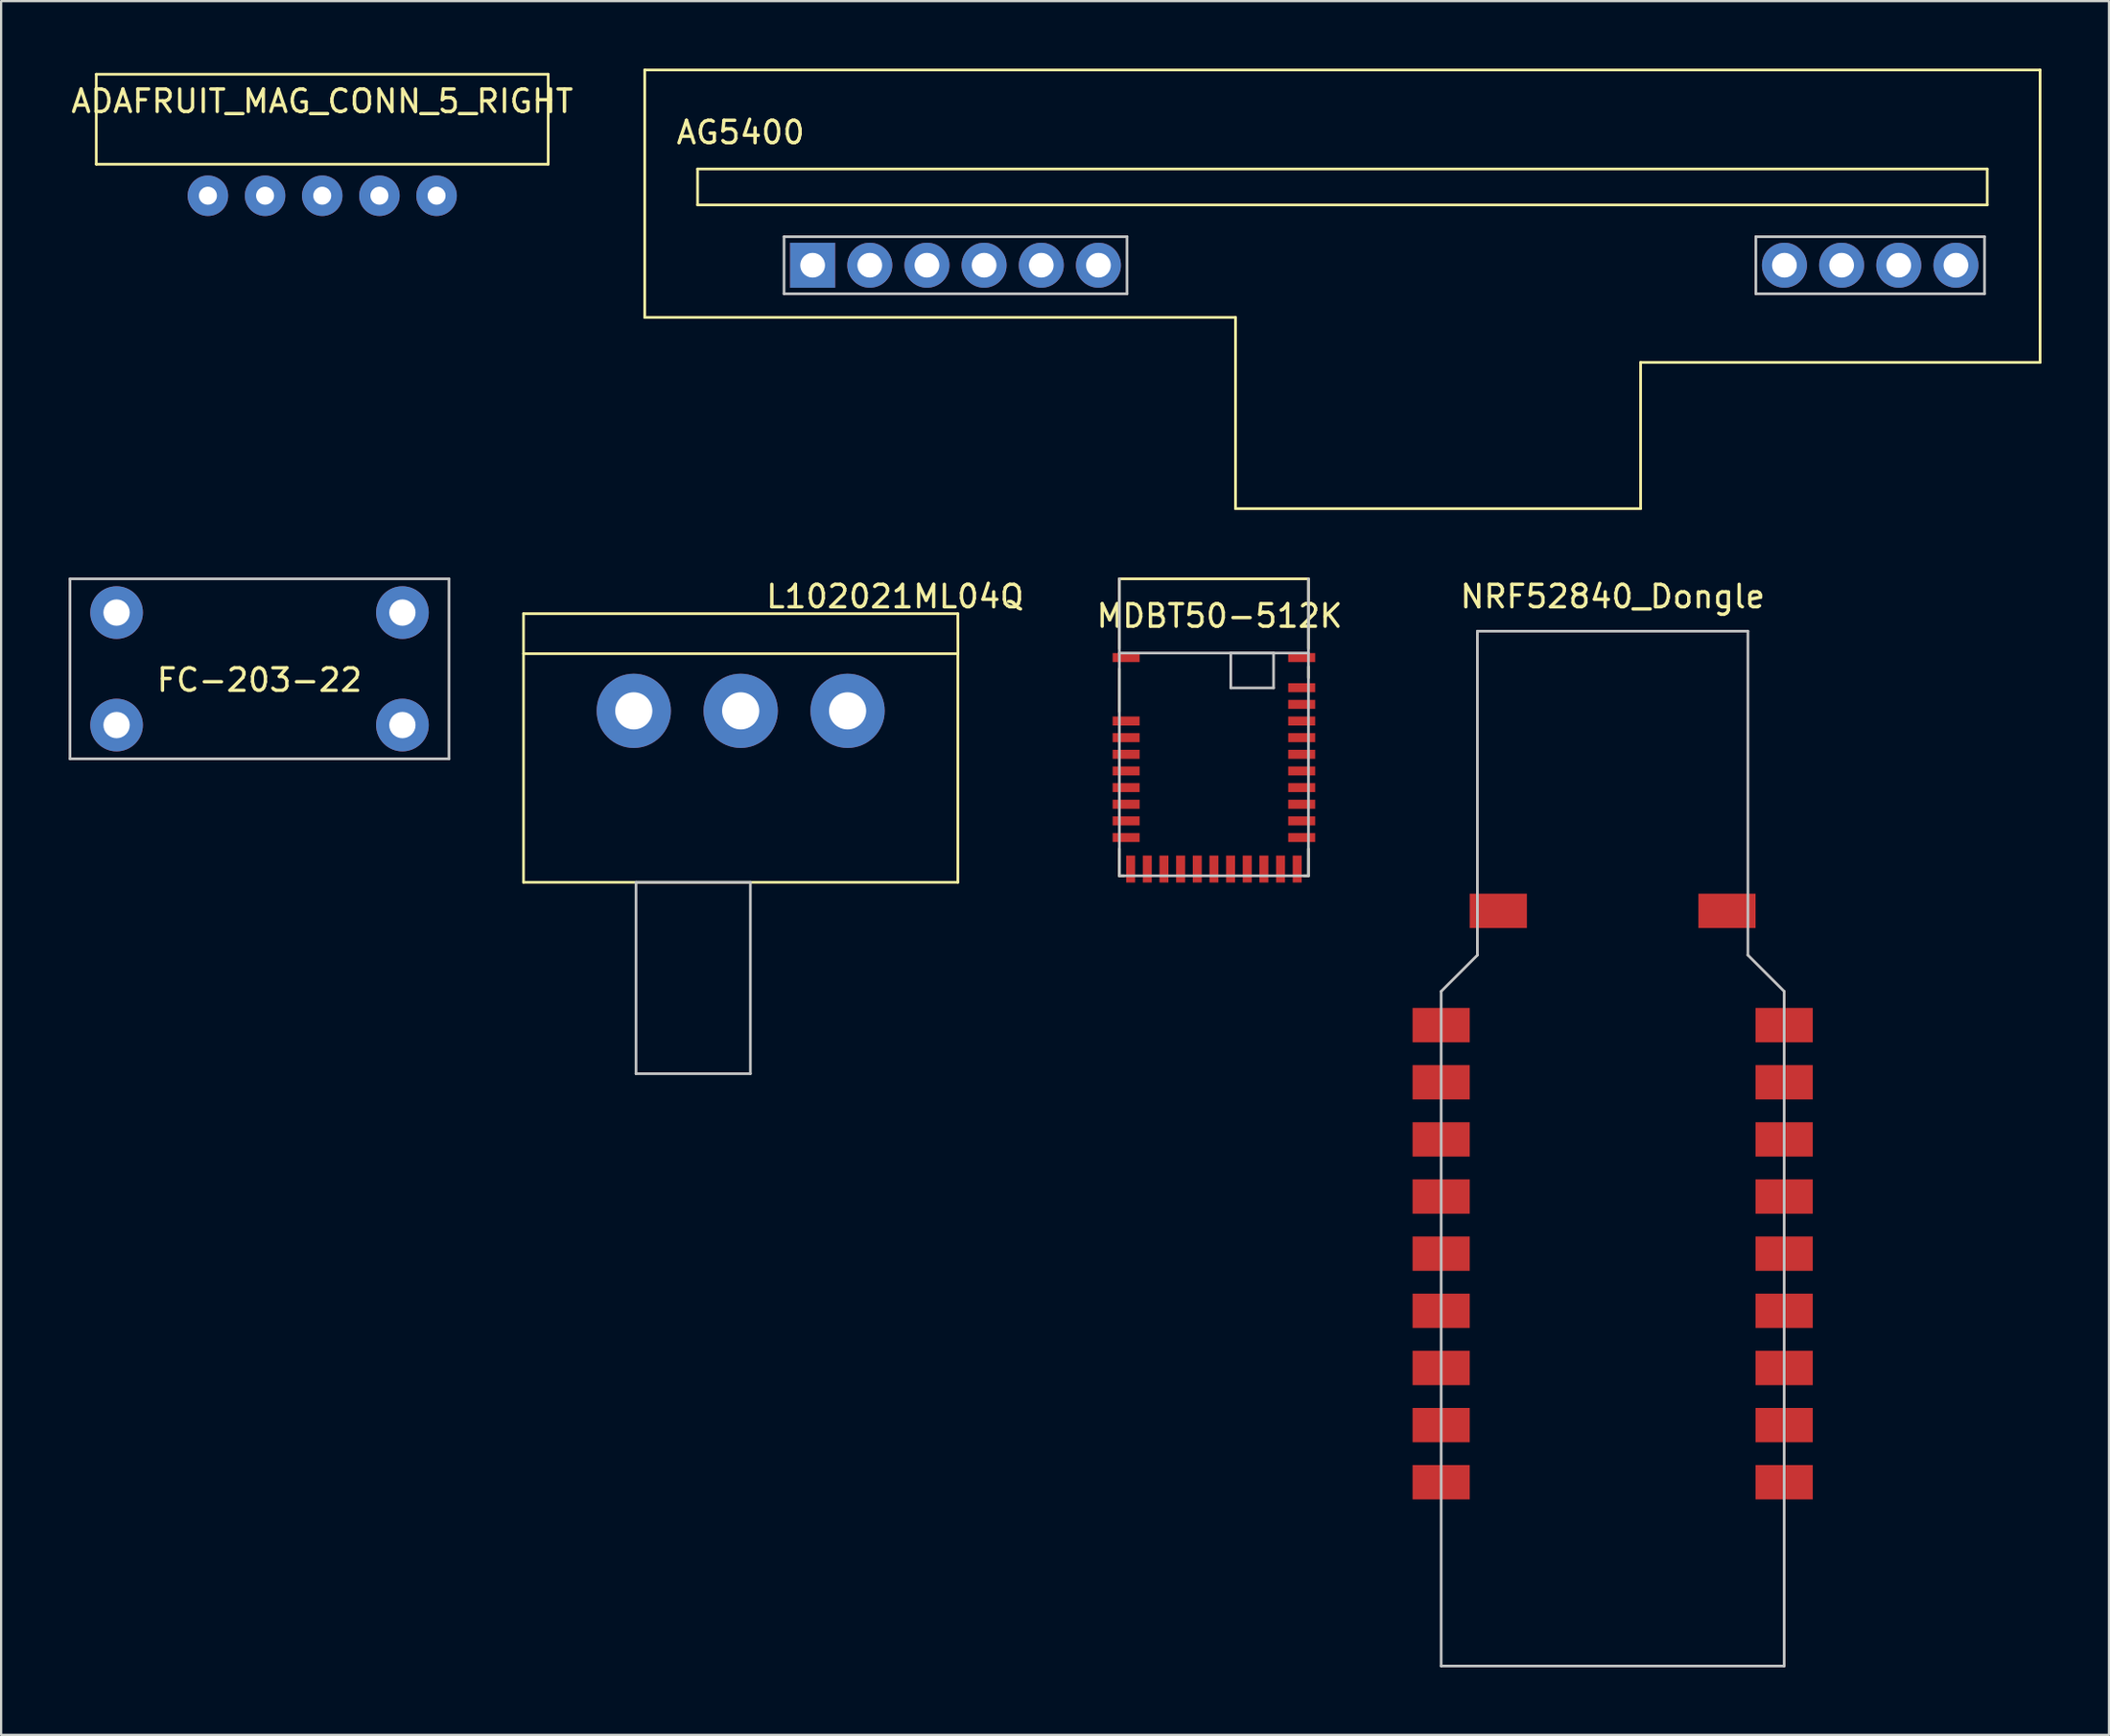
<source format=kicad_pcb>
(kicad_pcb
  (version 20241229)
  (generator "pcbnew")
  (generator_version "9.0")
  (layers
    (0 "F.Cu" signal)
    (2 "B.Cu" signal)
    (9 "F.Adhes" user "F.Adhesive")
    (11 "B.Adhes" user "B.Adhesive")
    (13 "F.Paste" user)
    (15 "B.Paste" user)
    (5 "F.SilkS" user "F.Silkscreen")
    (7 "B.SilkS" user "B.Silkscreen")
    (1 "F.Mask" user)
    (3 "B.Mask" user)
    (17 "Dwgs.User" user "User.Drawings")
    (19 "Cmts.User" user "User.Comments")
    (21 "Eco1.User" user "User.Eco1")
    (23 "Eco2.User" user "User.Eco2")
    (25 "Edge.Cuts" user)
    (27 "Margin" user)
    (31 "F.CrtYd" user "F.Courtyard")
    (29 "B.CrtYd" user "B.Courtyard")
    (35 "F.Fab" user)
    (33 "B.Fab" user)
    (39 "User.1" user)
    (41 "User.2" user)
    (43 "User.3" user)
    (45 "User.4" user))
  (footprint "ADAFRUIT_MAG_CONN_5_RIGHT"
    (layer "F.Cu")
    (at 11.268 0.25)
    (property "Reference" "ADAFRUIT_MAG_CONN_5_RIGHT" (at 0 1.2 0) (layer "F.SilkS") (effects (font (size 1 1) (thickness 0.15))))
    (attr through_hole)
    (fp_line (start -10.04 0) (end -10.04 4) (stroke (width 0.12) (type solid)) (layer "F.SilkS"))
    (fp_line (start -10.04 0) (end 10.04 0) (stroke (width 0.12) (type solid)) (layer "F.SilkS"))
    (fp_line (start -10.04 4) (end 10.04 4) (stroke (width 0.12) (type solid)) (layer "F.SilkS"))
    (fp_line (start 10.04 0) (end 10.04 4) (stroke (width 0.12) (type solid)) (layer "F.SilkS"))
    (pad "1" thru_hole circle (at -5.08 5.4) (size 1.8 1.8) (drill 0.8) (layers "*.Cu" "*.Mask"))
    (pad "2" thru_hole circle (at -2.54 5.4) (size 1.8 1.8) (drill 0.8) (layers "*.Cu" "*.Mask"))
    (pad "3" thru_hole circle (at 0 5.4) (size 1.8 1.8) (drill 0.8) (layers "*.Cu" "*.Mask"))
    (pad "4" thru_hole circle (at 2.54 5.4) (size 1.8 1.8) (drill 0.8) (layers "*.Cu" "*.Mask"))
    (pad "5" thru_hole circle (at 5.08 5.4) (size 1.8 1.8) (drill 0.8) (layers "*.Cu" "*.Mask")))
  (footprint "L102021ML04Q"
    (layer "F.Cu")
    (at 20.21 26.008)
    (property "Reference" "L102021ML04Q" (at 16.51 -2.54 0) (layer "F.SilkS") (effects (font (size 1 1) (thickness 0.15))))
    (attr through_hole)
    (fp_line (start 0 -1.78) (end 0 0) (stroke (width 0.12) (type solid)) (layer "F.SilkS"))
    (fp_line (start 0 -1.78) (end 19.3 -1.78) (stroke (width 0.12) (type solid)) (layer "F.SilkS"))
    (fp_line (start 0 0) (end 0 10.16) (stroke (width 0.12) (type solid)) (layer "F.SilkS"))
    (fp_line (start 0 0) (end 19.3 0) (stroke (width 0.12) (type solid)) (layer "F.SilkS"))
    (fp_line (start 0 10.16) (end 19.3 10.16) (stroke (width 0.12) (type solid)) (layer "F.SilkS"))
    (fp_line (start 19.3 -1.78) (end 19.304 0) (stroke (width 0.12) (type solid)) (layer "F.SilkS"))
    (fp_line (start 19.3 0) (end 19.3 10.16) (stroke (width 0.12) (type solid)) (layer "F.SilkS"))
    (fp_line (start 5 10.16) (end 5 18.67) (stroke (width 0.12) (type solid)) (layer "Dwgs.User"))
    (fp_line (start 5 10.16) (end 10.08 10.16) (stroke (width 0.12) (type solid)) (layer "Dwgs.User"))
    (fp_line (start 10.08 10.16) (end 10.08 18.67) (stroke (width 0.12) (type solid)) (layer "Dwgs.User"))
    (fp_line (start 10.08 18.67) (end 5 18.67) (stroke (width 0.12) (type solid)) (layer "Dwgs.User"))
    (pad "1" thru_hole circle (at 4.9 2.54) (size 3.3 3.3) (drill 1.65) (layers "*.Cu" "*.Mask"))
    (pad "2" thru_hole circle (at 9.65 2.54) (size 3.3 3.3) (drill 1.65) (layers "*.Cu" "*.Mask"))
    (pad "3" thru_hole circle (at 14.4 2.54) (size 3.3 3.3) (drill 1.65) (layers "*.Cu" "*.Mask")))
  (footprint "MDBT50-512K"
    (layer "F.Cu")
    (at 46.687 35.88)
    (property "Reference" "MDBT50-512K" (at 4.45 -11.55 0) (layer "F.SilkS") (effects (font (size 1 1) (thickness 0.15))))
    (attr through_hole)
    (fp_line (start 0 -13.2) (end 0 -10.1) (stroke (width 0.12) (type solid)) (layer "F.SilkS"))
    (fp_line (start 0 -13.2) (end 8.4 -13.2) (stroke (width 0.12) (type solid)) (layer "F.SilkS"))
    (fp_line (start 0 -9.2) (end 0 -7.3) (stroke (width 0.12) (type solid)) (layer "F.SilkS"))
    (fp_line (start 0 0) (end 0 -1.2) (stroke (width 0.12) (type solid)) (layer "F.SilkS"))
    (fp_line (start 0 0) (end 0.2 0) (stroke (width 0.12) (type solid)) (layer "F.SilkS"))
    (fp_line (start 8.4 -13.2) (end 8.4 -10.1) (stroke (width 0.12) (type solid)) (layer "F.SilkS"))
    (fp_line (start 8.4 -9.3) (end 8.4 -8.8) (stroke (width 0.12) (type solid)) (layer "F.SilkS"))
    (fp_line (start 8.4 0) (end 8.2 0) (stroke (width 0.12) (type solid)) (layer "F.SilkS"))
    (fp_line (start 8.4 0) (end 8.4 -1.2) (stroke (width 0.12) (type solid)) (layer "F.SilkS"))
    (fp_line (start 0 -9.9) (end 8.4 -9.9) (stroke (width 0.12) (type solid)) (layer "Dwgs.User"))
    (fp_line (start 0 0) (end 0 -13.2) (stroke (width 0.12) (type solid)) (layer "Dwgs.User"))
    (fp_line (start 0 0) (end 8.4 0) (stroke (width 0.12) (type solid)) (layer "Dwgs.User"))
    (fp_line (start 4.95 -9.9) (end 6.85 -9.9) (stroke (width 0.12) (type solid)) (layer "Dwgs.User"))
    (fp_line (start 4.95 -8.35) (end 4.95 -9.9) (stroke (width 0.12) (type solid)) (layer "Dwgs.User"))
    (fp_line (start 6.85 -9.9) (end 6.85 -8.35) (stroke (width 0.12) (type solid)) (layer "Dwgs.User"))
    (fp_line (start 6.85 -8.35) (end 4.95 -8.35) (stroke (width 0.12) (type solid)) (layer "Dwgs.User"))
    (fp_line (start 8.4 -13.2) (end 8.4 0) (stroke (width 0.12) (type solid)) (layer "Dwgs.User"))
    (pad "1" smd rect (at 0.6 -9.7) (size 1.2 0.4) (drill (offset -0.3 0)) (layers "F.Cu" "F.Mask" "F.Paste"))
    (pad "2" smd rect (at 0.6 -6.88) (size 1.2 0.4) (drill (offset -0.3 0)) (layers "F.Cu" "F.Mask" "F.Paste"))
    (pad "3" smd rect (at 0.6 -6.14) (size 1.2 0.4) (drill (offset -0.3 0)) (layers "F.Cu" "F.Mask" "F.Paste"))
    (pad "4" smd rect (at 0.6 -5.4) (size 1.2 0.4) (drill (offset -0.3 0)) (layers "F.Cu" "F.Mask" "F.Paste"))
    (pad "5" smd rect (at 0.6 -4.66) (size 1.2 0.4) (drill (offset -0.3 0)) (layers "F.Cu" "F.Mask" "F.Paste"))
    (pad "6" smd rect (at 0.6 -3.92) (size 1.2 0.4) (drill (offset -0.3 0)) (layers "F.Cu" "F.Mask" "F.Paste"))
    (pad "7" smd rect (at 0.6 -3.18) (size 1.2 0.4) (drill (offset -0.3 0)) (layers "F.Cu" "F.Mask" "F.Paste"))
    (pad "8" smd rect (at 0.6 -2.44) (size 1.2 0.4) (drill (offset -0.3 0)) (layers "F.Cu" "F.Mask" "F.Paste"))
    (pad "9" smd rect (at 0.6 -1.7) (size 1.2 0.4) (drill (offset -0.3 0)) (layers "F.Cu" "F.Mask" "F.Paste"))
    (pad "10" smd rect (at 0.5 -0.6 90) (size 1.2 0.4) (drill (offset -0.3 0)) (layers "F.Cu" "F.Mask" "F.Paste"))
    (pad "11" smd rect (at 1.24 -0.6 90) (size 1.2 0.4) (drill (offset -0.3 0)) (layers "F.Cu" "F.Mask" "F.Paste"))
    (pad "12" smd rect (at 1.98 -0.6 90) (size 1.2 0.4) (drill (offset -0.3 0)) (layers "F.Cu" "F.Mask" "F.Paste"))
    (pad "13" smd rect (at 2.72 -0.6 90) (size 1.2 0.4) (drill (offset -0.3 0)) (layers "F.Cu" "F.Mask" "F.Paste"))
    (pad "14" smd rect (at 3.46 -0.6 90) (size 1.2 0.4) (drill (offset -0.3 0)) (layers "F.Cu" "F.Mask" "F.Paste"))
    (pad "15" smd rect (at 4.2 -0.6 90) (size 1.2 0.4) (drill (offset -0.3 0)) (layers "F.Cu" "F.Mask" "F.Paste"))
    (pad "16" smd rect (at 4.94 -0.6 90) (size 1.2 0.4) (drill (offset -0.3 0)) (layers "F.Cu" "F.Mask" "F.Paste"))
    (pad "17" smd rect (at 5.68 -0.6 90) (size 1.2 0.4) (drill (offset -0.3 0)) (layers "F.Cu" "F.Mask" "F.Paste"))
    (pad "18" smd rect (at 6.42 -0.6 90) (size 1.2 0.4) (drill (offset -0.3 0)) (layers "F.Cu" "F.Mask" "F.Paste"))
    (pad "19" smd rect (at 7.16 -0.6 90) (size 1.2 0.4) (drill (offset -0.3 0)) (layers "F.Cu" "F.Mask" "F.Paste"))
    (pad "20" smd rect (at 7.9 -0.6 90) (size 1.2 0.4) (drill (offset -0.3 0)) (layers "F.Cu" "F.Mask" "F.Paste"))
    (pad "21" smd rect (at 7.8 -1.7 180) (size 1.2 0.4) (drill (offset -0.3 0)) (layers "F.Cu" "F.Mask" "F.Paste"))
    (pad "22" smd rect (at 7.8 -2.44 180) (size 1.2 0.4) (drill (offset -0.3 0)) (layers "F.Cu" "F.Mask" "F.Paste"))
    (pad "23" smd rect (at 7.8 -3.18 180) (size 1.2 0.4) (drill (offset -0.3 0)) (layers "F.Cu" "F.Mask" "F.Paste"))
    (pad "24" smd rect (at 7.8 -3.92 180) (size 1.2 0.4) (drill (offset -0.3 0)) (layers "F.Cu" "F.Mask" "F.Paste"))
    (pad "25" smd rect (at 7.8 -4.66 180) (size 1.2 0.4) (drill (offset -0.3 0)) (layers "F.Cu" "F.Mask" "F.Paste"))
    (pad "26" smd rect (at 7.8 -5.4 180) (size 1.2 0.4) (drill (offset -0.3 0)) (layers "F.Cu" "F.Mask" "F.Paste"))
    (pad "27" smd rect (at 7.8 -6.14 180) (size 1.2 0.4) (drill (offset -0.3 0)) (layers "F.Cu" "F.Mask" "F.Paste"))
    (pad "28" smd rect (at 7.8 -6.88 180) (size 1.2 0.4) (drill (offset -0.3 0)) (layers "F.Cu" "F.Mask" "F.Paste"))
    (pad "29" smd rect (at 7.8 -7.62 180) (size 1.2 0.4) (drill (offset -0.3 0)) (layers "F.Cu" "F.Mask" "F.Paste"))
    (pad "30" smd rect (at 7.8 -8.36 180) (size 1.2 0.4) (drill (offset -0.3 0)) (layers "F.Cu" "F.Mask" "F.Paste"))
    (pad "31" smd rect (at 7.8 -9.7 180) (size 1.2 0.4) (drill (offset -0.3 0)) (layers "F.Cu" "F.Mask" "F.Paste")))
  (footprint "FC-203-22"
    (layer "F.Cu")
    (at 8.48 26.68)
    (property "Reference" "FC-203-22" (at 0 0.5 0) (layer "F.SilkS") (effects (font (size 1 1) (thickness 0.15))))
    (attr through_hole)
    (fp_line (start -8.42 -4) (end -8.42 4) (stroke (width 0.12) (type solid)) (layer "Dwgs.User"))
    (fp_line (start -8.42 -4) (end 8.42 -4) (stroke (width 0.12) (type solid)) (layer "Dwgs.User"))
    (fp_line (start -8.42 4) (end 8.42 4) (stroke (width 0.12) (type solid)) (layer "Dwgs.User"))
    (fp_line (start 8.42 -4) (end 8.42 4) (stroke (width 0.12) (type solid)) (layer "Dwgs.User"))
    (pad "1" thru_hole circle (at -6.35 -2.5) (size 2.34 2.34) (drill 1.17) (layers "*.Cu" "*.Mask"))
    (pad "1" thru_hole circle (at -6.35 2.5) (size 2.34 2.34) (drill 1.17) (layers "*.Cu" "*.Mask"))
    (pad "2" thru_hole circle (at 6.35 -2.5) (size 2.34 2.34) (drill 1.17) (layers "*.Cu" "*.Mask"))
    (pad "2" thru_hole circle (at 6.35 2.5) (size 2.34 2.34) (drill 1.17) (layers "*.Cu" "*.Mask")))
  (footprint "NRF52840_Dongle"
    (layer "F.Cu")
    (at 68.604 42.518)
    (property "Reference" "NRF52840_Dongle" (at 0 -19.05 0) (layer "F.SilkS") (effects (font (size 1 1) (thickness 0.15))))
    (attr through_hole)
    (fp_line (start -7.62 -1.5) (end -6.01 -3.11) (stroke (width 0.12) (type solid)) (layer "Dwgs.User"))
    (fp_line (start -7.62 28.49) (end -7.62 -1.5) (stroke (width 0.12) (type solid)) (layer "Dwgs.User"))
    (fp_line (start -6.01 -17.51) (end 6.01 -17.51) (stroke (width 0.12) (type solid)) (layer "Dwgs.User"))
    (fp_line (start -6.01 -3.11) (end -6.01 -17.51) (stroke (width 0.12) (type solid)) (layer "Dwgs.User"))
    (fp_line (start 6.01 -17.51) (end 6.01 -3.11) (stroke (width 0.12) (type solid)) (layer "Dwgs.User"))
    (fp_line (start 6.01 -3.11) (end 7.62 -1.5) (stroke (width 0.12) (type solid)) (layer "Dwgs.User"))
    (fp_line (start 7.62 -1.5) (end 7.62 28.49) (stroke (width 0.12) (type solid)) (layer "Dwgs.User"))
    (fp_line (start 7.62 28.49) (end -7.62 28.49) (stroke (width 0.12) (type solid)) (layer "Dwgs.User"))
    (pad "1" smd rect (at -7.62 0) (size 2.54 1.524) (layers "F.Cu" "F.Mask" "F.Paste"))
    (pad "2" smd rect (at 7.62 0) (size 2.54 1.524) (layers "F.Cu" "F.Mask" "F.Paste"))
    (pad "3" smd rect (at -7.62 2.54) (size 2.54 1.524) (layers "F.Cu" "F.Mask" "F.Paste"))
    (pad "4" smd rect (at 7.62 2.54) (size 2.54 1.524) (layers "F.Cu" "F.Mask" "F.Paste"))
    (pad "5" smd rect (at -7.62 5.08) (size 2.54 1.524) (layers "F.Cu" "F.Mask" "F.Paste"))
    (pad "6" smd rect (at 7.62 5.08) (size 2.54 1.524) (layers "F.Cu" "F.Mask" "F.Paste"))
    (pad "7" smd rect (at -7.62 7.62) (size 2.54 1.524) (layers "F.Cu" "F.Mask" "F.Paste"))
    (pad "8" smd rect (at 7.62 7.62) (size 2.54 1.524) (layers "F.Cu" "F.Mask" "F.Paste"))
    (pad "9" smd rect (at -7.62 10.16) (size 2.54 1.524) (layers "F.Cu" "F.Mask" "F.Paste"))
    (pad "10" smd rect (at 7.62 10.16) (size 2.54 1.524) (layers "F.Cu" "F.Mask" "F.Paste"))
    (pad "11" smd rect (at -7.62 12.7) (size 2.54 1.524) (layers "F.Cu" "F.Mask" "F.Paste"))
    (pad "12" smd rect (at 7.62 12.7) (size 2.54 1.524) (layers "F.Cu" "F.Mask" "F.Paste"))
    (pad "13" smd rect (at -7.62 15.24) (size 2.54 1.524) (layers "F.Cu" "F.Mask" "F.Paste"))
    (pad "14" smd rect (at 7.62 15.24) (size 2.54 1.524) (layers "F.Cu" "F.Mask" "F.Paste"))
    (pad "15" smd rect (at -7.62 17.78) (size 2.54 1.524) (layers "F.Cu" "F.Mask" "F.Paste"))
    (pad "16" smd rect (at 7.62 17.78) (size 2.54 1.524) (layers "F.Cu" "F.Mask" "F.Paste"))
    (pad "17" smd rect (at -7.62 20.32) (size 2.54 1.524) (layers "F.Cu" "F.Mask" "F.Paste"))
    (pad "18" smd rect (at 7.62 20.32) (size 2.54 1.524) (layers "F.Cu" "F.Mask" "F.Paste"))
    (pad "19" smd rect (at -5.08 -5.08) (size 2.54 1.524) (layers "F.Cu" "F.Mask" "F.Paste"))
    (pad "20" smd rect (at 5.08 -5.08) (size 2.54 1.524) (layers "F.Cu" "F.Mask" "F.Paste")))
  (footprint "AG5400"
    (layer "F.Cu")
    (at 33.056 8.74)
    (property "Reference" "AG5400" (at -3.2 -5.9 0) (layer "F.SilkS") (effects (font (size 1 1) (thickness 0.15))))
    (attr through_hole)
    (fp_line (start -7.46 -8.68) (end -7.46 2.32) (stroke (width 0.12) (type solid)) (layer "F.SilkS"))
    (fp_line (start -7.46 -8.68) (end 54.54 -8.68) (stroke (width 0.12) (type solid)) (layer "F.SilkS"))
    (fp_line (start -7.46 2.32) (end 18.79 2.32) (stroke (width 0.12) (type solid)) (layer "F.SilkS"))
    (fp_line (start -5.11 -4.28) (end -5.11 -2.68) (stroke (width 0.12) (type solid)) (layer "F.SilkS"))
    (fp_line (start -5.11 -2.68) (end 52.19 -2.68) (stroke (width 0.12) (type solid)) (layer "F.SilkS"))
    (fp_line (start 18.79 2.32) (end 18.79 10.82) (stroke (width 0.12) (type solid)) (layer "F.SilkS"))
    (fp_line (start 36.79 4.32) (end 36.79 10.82) (stroke (width 0.12) (type solid)) (layer "F.SilkS"))
    (fp_line (start 36.79 10.82) (end 18.79 10.82) (stroke (width 0.12) (type solid)) (layer "F.SilkS"))
    (fp_line (start 52.19 -4.28) (end -5.11 -4.28) (stroke (width 0.12) (type solid)) (layer "F.SilkS"))
    (fp_line (start 52.19 -4.28) (end 52.19 -2.68) (stroke (width 0.12) (type solid)) (layer "F.SilkS"))
    (fp_line (start 54.54 -8.68) (end 54.54 4.32) (stroke (width 0.12) (type solid)) (layer "F.SilkS"))
    (fp_line (start 54.54 4.32) (end 36.79 4.32) (stroke (width 0.12) (type solid)) (layer "F.SilkS"))
    (fp_line (start -1.27 -1.27) (end 13.97 -1.27) (stroke (width 0.12) (type solid)) (layer "Dwgs.User"))
    (fp_line (start -1.27 1.27) (end -1.27 -1.27) (stroke (width 0.12) (type solid)) (layer "Dwgs.User"))
    (fp_line (start 13.97 -1.27) (end 13.97 1.27) (stroke (width 0.12) (type solid)) (layer "Dwgs.User"))
    (fp_line (start 13.97 1.27) (end -1.27 1.27) (stroke (width 0.12) (type solid)) (layer "Dwgs.User"))
    (fp_line (start 41.91 -1.27) (end 52.07 -1.27) (stroke (width 0.12) (type solid)) (layer "Dwgs.User"))
    (fp_line (start 41.91 1.27) (end 41.91 -1.27) (stroke (width 0.12) (type solid)) (layer "Dwgs.User"))
    (fp_line (start 52.07 -1.27) (end 52.07 1.27) (stroke (width 0.12) (type solid)) (layer "Dwgs.User"))
    (fp_line (start 52.07 1.27) (end 41.91 1.27) (stroke (width 0.12) (type solid)) (layer "Dwgs.User"))
    (pad "1" thru_hole rect (at 0 0) (size 2 2) (drill 1.1) (layers "*.Cu" "*.Mask"))
    (pad "2" thru_hole circle (at 2.54 0) (size 2 2) (drill 1.1) (layers "*.Cu" "*.Mask"))
    (pad "3" thru_hole circle (at 5.08 0) (size 2 2) (drill 1.1) (layers "*.Cu" "*.Mask"))
    (pad "4" thru_hole circle (at 7.62 0) (size 2 2) (drill 1.1) (layers "*.Cu" "*.Mask"))
    (pad "5" thru_hole circle (at 10.16 0) (size 2 2) (drill 1.1) (layers "*.Cu" "*.Mask"))
    (pad "6" thru_hole circle (at 12.7 0) (size 2 2) (drill 1.1) (layers "*.Cu" "*.Mask"))
    (pad "7" thru_hole circle (at 43.18 0) (size 2 2) (drill 1.1) (layers "*.Cu" "*.Mask"))
    (pad "8" thru_hole circle (at 45.72 0) (size 2 2) (drill 1.1) (layers "*.Cu" "*.Mask"))
    (pad "9" thru_hole circle (at 48.26 0) (size 2 2) (drill 1.1) (layers "*.Cu" "*.Mask"))
    (pad "10" thru_hole circle (at 50.8 0) (size 2 2) (drill 1.1) (layers "*.Cu" "*.Mask")))
  (gr_rect
    (start -3 -3)
    (end 90.656 74.068)
    (stroke (width 0.1) (type default))
    (fill no)
    (layer "Edge.Cuts")))
</source>
